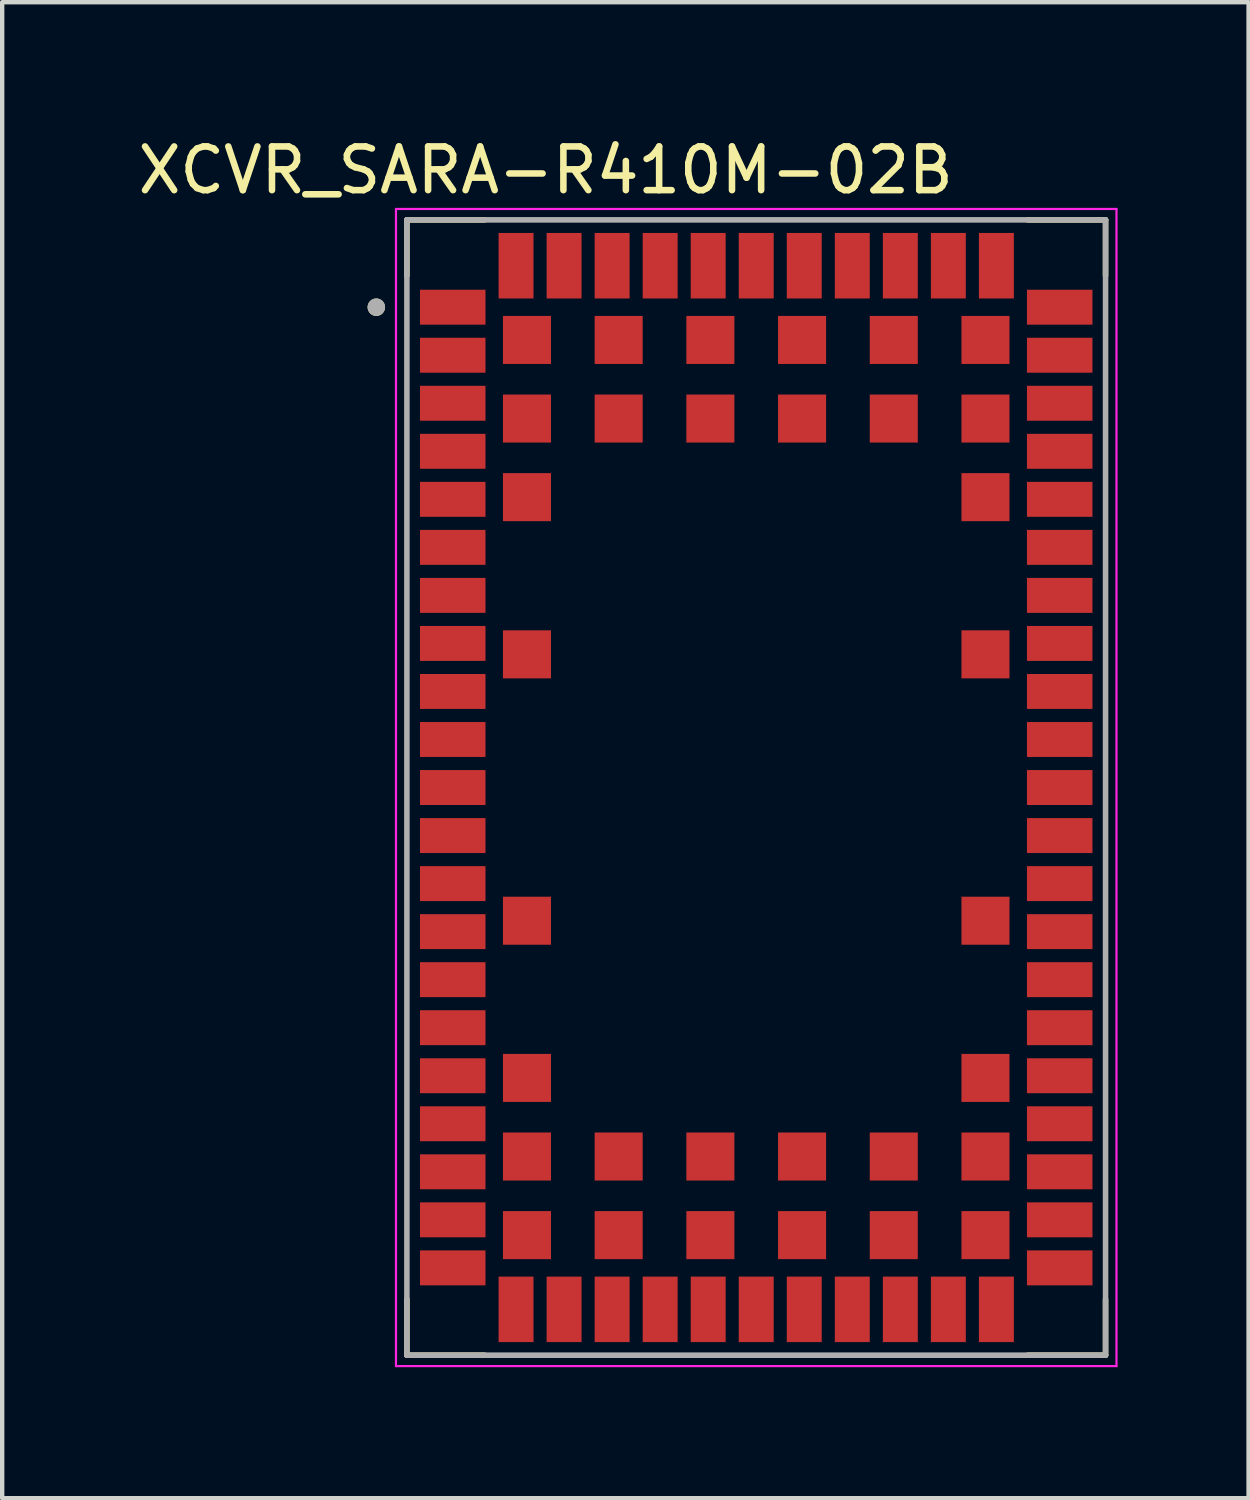
<source format=kicad_pcb>
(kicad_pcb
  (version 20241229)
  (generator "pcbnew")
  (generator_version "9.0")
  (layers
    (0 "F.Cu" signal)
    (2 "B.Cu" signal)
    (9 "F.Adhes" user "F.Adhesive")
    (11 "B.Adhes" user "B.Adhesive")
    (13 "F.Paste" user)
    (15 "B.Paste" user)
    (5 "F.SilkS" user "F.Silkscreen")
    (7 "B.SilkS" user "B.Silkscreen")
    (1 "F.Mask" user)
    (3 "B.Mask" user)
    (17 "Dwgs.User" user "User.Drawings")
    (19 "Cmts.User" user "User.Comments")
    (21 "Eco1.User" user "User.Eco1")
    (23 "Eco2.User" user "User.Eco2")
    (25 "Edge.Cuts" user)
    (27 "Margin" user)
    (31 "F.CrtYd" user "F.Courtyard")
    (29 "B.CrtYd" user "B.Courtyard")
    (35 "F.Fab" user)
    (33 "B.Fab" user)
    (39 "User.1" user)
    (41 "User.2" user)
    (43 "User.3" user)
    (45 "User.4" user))
  (footprint "XCVR_SARA-R410M-02B"
    (layer "F.Cu")
    (at 14.268 14.985)
    (property "Reference" "XCVR_SARA-R410M-02B" (at -4.821 -14.136 0) (layer "F.SilkS") (effects (font (size 1.001 1.001) (thickness 0.15))))
    (attr through_hole)
    (fp_poly (pts (xy -7.75 -11.45) (xy -6.15 -11.45) (xy -6.15 -10.55) (xy -7.75 -10.55)) (stroke (width 0.01) (type solid)) (fill yes) (layer "F.Mask"))
    (fp_poly (pts (xy -7.75 -10.35) (xy -6.15 -10.35) (xy -6.15 -9.45) (xy -7.75 -9.45)) (stroke (width 0.01) (type solid)) (fill yes) (layer "F.Mask"))
    (fp_poly (pts (xy -7.75 -9.25) (xy -6.15 -9.25) (xy -6.15 -8.35) (xy -7.75 -8.35)) (stroke (width 0.01) (type solid)) (fill yes) (layer "F.Mask"))
    (fp_poly (pts (xy -7.75 -8.15) (xy -6.15 -8.15) (xy -6.15 -7.25) (xy -7.75 -7.25)) (stroke (width 0.01) (type solid)) (fill yes) (layer "F.Mask"))
    (fp_poly (pts (xy -7.75 -7.05) (xy -6.15 -7.05) (xy -6.15 -6.15) (xy -7.75 -6.15)) (stroke (width 0.01) (type solid)) (fill yes) (layer "F.Mask"))
    (fp_poly (pts (xy -7.75 -5.95) (xy -6.15 -5.95) (xy -6.15 -5.05) (xy -7.75 -5.05)) (stroke (width 0.01) (type solid)) (fill yes) (layer "F.Mask"))
    (fp_poly (pts (xy -7.75 -4.85) (xy -6.15 -4.85) (xy -6.15 -3.95) (xy -7.75 -3.95)) (stroke (width 0.01) (type solid)) (fill yes) (layer "F.Mask"))
    (fp_poly (pts (xy -7.75 -3.75) (xy -6.15 -3.75) (xy -6.15 -2.85) (xy -7.75 -2.85)) (stroke (width 0.01) (type solid)) (fill yes) (layer "F.Mask"))
    (fp_poly (pts (xy -7.75 -2.65) (xy -6.15 -2.65) (xy -6.15 -1.75) (xy -7.75 -1.75)) (stroke (width 0.01) (type solid)) (fill yes) (layer "F.Mask"))
    (fp_poly (pts (xy -7.75 -1.55) (xy -6.15 -1.55) (xy -6.15 -0.65) (xy -7.75 -0.65)) (stroke (width 0.01) (type solid)) (fill yes) (layer "F.Mask"))
    (fp_poly (pts (xy -7.75 -0.45) (xy -6.15 -0.45) (xy -6.15 0.45) (xy -7.75 0.45)) (stroke (width 0.01) (type solid)) (fill yes) (layer "F.Mask"))
    (fp_poly (pts (xy -7.75 0.65) (xy -6.15 0.65) (xy -6.15 1.55) (xy -7.75 1.55)) (stroke (width 0.01) (type solid)) (fill yes) (layer "F.Mask"))
    (fp_poly (pts (xy -7.75 1.75) (xy -6.15 1.75) (xy -6.15 2.65) (xy -7.75 2.65)) (stroke (width 0.01) (type solid)) (fill yes) (layer "F.Mask"))
    (fp_poly (pts (xy -7.75 2.85) (xy -6.15 2.85) (xy -6.15 3.75) (xy -7.75 3.75)) (stroke (width 0.01) (type solid)) (fill yes) (layer "F.Mask"))
    (fp_poly (pts (xy -7.75 3.95) (xy -6.15 3.95) (xy -6.15 4.85) (xy -7.75 4.85)) (stroke (width 0.01) (type solid)) (fill yes) (layer "F.Mask"))
    (fp_poly (pts (xy -7.75 5.05) (xy -6.15 5.05) (xy -6.15 5.95) (xy -7.75 5.95)) (stroke (width 0.01) (type solid)) (fill yes) (layer "F.Mask"))
    (fp_poly (pts (xy -7.75 6.15) (xy -6.15 6.15) (xy -6.15 7.05) (xy -7.75 7.05)) (stroke (width 0.01) (type solid)) (fill yes) (layer "F.Mask"))
    (fp_poly (pts (xy -7.75 7.25) (xy -6.15 7.25) (xy -6.15 8.15) (xy -7.75 8.15)) (stroke (width 0.01) (type solid)) (fill yes) (layer "F.Mask"))
    (fp_poly (pts (xy -7.75 8.35) (xy -6.15 8.35) (xy -6.15 9.25) (xy -7.75 9.25)) (stroke (width 0.01) (type solid)) (fill yes) (layer "F.Mask"))
    (fp_poly (pts (xy -7.75 9.45) (xy -6.15 9.45) (xy -6.15 10.35) (xy -7.75 10.35)) (stroke (width 0.01) (type solid)) (fill yes) (layer "F.Mask"))
    (fp_poly (pts (xy -7.75 10.55) (xy -6.15 10.55) (xy -6.15 11.45) (xy -7.75 11.45)) (stroke (width 0.01) (type solid)) (fill yes) (layer "F.Mask"))
    (fp_poly (pts (xy -5.95 -12.75) (xy -5.05 -12.75) (xy -5.05 -11.15) (xy -5.95 -11.15)) (stroke (width 0.01) (type solid)) (fill yes) (layer "F.Mask"))
    (fp_poly (pts (xy -5.95 11.15) (xy -5.05 11.15) (xy -5.05 12.75) (xy -5.95 12.75)) (stroke (width 0.01) (type solid)) (fill yes) (layer "F.Mask"))
    (fp_poly (pts (xy -5.85 -10.85) (xy -4.65 -10.85) (xy -4.65 -9.65) (xy -5.85 -9.65)) (stroke (width 0.01) (type solid)) (fill yes) (layer "F.Mask"))
    (fp_poly (pts (xy -5.85 -9.05) (xy -4.65 -9.05) (xy -4.65 -7.85) (xy -5.85 -7.85)) (stroke (width 0.01) (type solid)) (fill yes) (layer "F.Mask"))
    (fp_poly (pts (xy -5.85 -7.25) (xy -4.65 -7.25) (xy -4.65 -6.05) (xy -5.85 -6.05)) (stroke (width 0.01) (type solid)) (fill yes) (layer "F.Mask"))
    (fp_poly (pts (xy -5.85 -3.65) (xy -4.65 -3.65) (xy -4.65 -2.45) (xy -5.85 -2.45)) (stroke (width 0.01) (type solid)) (fill yes) (layer "F.Mask"))
    (fp_poly (pts (xy -5.85 2.45) (xy -4.65 2.45) (xy -4.65 3.65) (xy -5.85 3.65)) (stroke (width 0.01) (type solid)) (fill yes) (layer "F.Mask"))
    (fp_poly (pts (xy -5.85 6.05) (xy -4.65 6.05) (xy -4.65 7.25) (xy -5.85 7.25)) (stroke (width 0.01) (type solid)) (fill yes) (layer "F.Mask"))
    (fp_poly (pts (xy -5.85 7.85) (xy -4.65 7.85) (xy -4.65 9.05) (xy -5.85 9.05)) (stroke (width 0.01) (type solid)) (fill yes) (layer "F.Mask"))
    (fp_poly (pts (xy -5.85 9.65) (xy -4.65 9.65) (xy -4.65 10.85) (xy -5.85 10.85)) (stroke (width 0.01) (type solid)) (fill yes) (layer "F.Mask"))
    (fp_poly (pts (xy -4.85 -12.75) (xy -3.95 -12.75) (xy -3.95 -11.15) (xy -4.85 -11.15)) (stroke (width 0.01) (type solid)) (fill yes) (layer "F.Mask"))
    (fp_poly (pts (xy -4.85 11.15) (xy -3.95 11.15) (xy -3.95 12.75) (xy -4.85 12.75)) (stroke (width 0.01) (type solid)) (fill yes) (layer "F.Mask"))
    (fp_poly (pts (xy -3.75 -12.75) (xy -2.85 -12.75) (xy -2.85 -11.15) (xy -3.75 -11.15)) (stroke (width 0.01) (type solid)) (fill yes) (layer "F.Mask"))
    (fp_poly (pts (xy -3.75 -10.85) (xy -2.55 -10.85) (xy -2.55 -9.65) (xy -3.75 -9.65)) (stroke (width 0.01) (type solid)) (fill yes) (layer "F.Mask"))
    (fp_poly (pts (xy -3.75 -9.05) (xy -2.55 -9.05) (xy -2.55 -7.85) (xy -3.75 -7.85)) (stroke (width 0.01) (type solid)) (fill yes) (layer "F.Mask"))
    (fp_poly (pts (xy -3.75 7.85) (xy -2.55 7.85) (xy -2.55 9.05) (xy -3.75 9.05)) (stroke (width 0.01) (type solid)) (fill yes) (layer "F.Mask"))
    (fp_poly (pts (xy -3.75 9.65) (xy -2.55 9.65) (xy -2.55 10.85) (xy -3.75 10.85)) (stroke (width 0.01) (type solid)) (fill yes) (layer "F.Mask"))
    (fp_poly (pts (xy -3.75 11.15) (xy -2.85 11.15) (xy -2.85 12.75) (xy -3.75 12.75)) (stroke (width 0.01) (type solid)) (fill yes) (layer "F.Mask"))
    (fp_poly (pts (xy -2.65 -12.75) (xy -1.75 -12.75) (xy -1.75 -11.15) (xy -2.65 -11.15)) (stroke (width 0.01) (type solid)) (fill yes) (layer "F.Mask"))
    (fp_poly (pts (xy -2.65 11.15) (xy -1.75 11.15) (xy -1.75 12.75) (xy -2.65 12.75)) (stroke (width 0.01) (type solid)) (fill yes) (layer "F.Mask"))
    (fp_poly (pts (xy -1.65 -10.85) (xy -0.45 -10.85) (xy -0.45 -9.65) (xy -1.65 -9.65)) (stroke (width 0.01) (type solid)) (fill yes) (layer "F.Mask"))
    (fp_poly (pts (xy -1.65 -9.05) (xy -0.45 -9.05) (xy -0.45 -7.85) (xy -1.65 -7.85)) (stroke (width 0.01) (type solid)) (fill yes) (layer "F.Mask"))
    (fp_poly (pts (xy -1.65 7.85) (xy -0.45 7.85) (xy -0.45 9.05) (xy -1.65 9.05)) (stroke (width 0.01) (type solid)) (fill yes) (layer "F.Mask"))
    (fp_poly (pts (xy -1.65 9.65) (xy -0.45 9.65) (xy -0.45 10.85) (xy -1.65 10.85)) (stroke (width 0.01) (type solid)) (fill yes) (layer "F.Mask"))
    (fp_poly (pts (xy -1.55 -12.75) (xy -0.65 -12.75) (xy -0.65 -11.15) (xy -1.55 -11.15)) (stroke (width 0.01) (type solid)) (fill yes) (layer "F.Mask"))
    (fp_poly (pts (xy -1.55 11.15) (xy -0.65 11.15) (xy -0.65 12.75) (xy -1.55 12.75)) (stroke (width 0.01) (type solid)) (fill yes) (layer "F.Mask"))
    (fp_poly (pts (xy -0.45 -12.75) (xy 0.45 -12.75) (xy 0.45 -11.15) (xy -0.45 -11.15)) (stroke (width 0.01) (type solid)) (fill yes) (layer "F.Mask"))
    (fp_poly (pts (xy -0.45 11.15) (xy 0.45 11.15) (xy 0.45 12.75) (xy -0.45 12.75)) (stroke (width 0.01) (type solid)) (fill yes) (layer "F.Mask"))
    (fp_poly (pts (xy 0.45 -10.85) (xy 1.65 -10.85) (xy 1.65 -9.65) (xy 0.45 -9.65)) (stroke (width 0.01) (type solid)) (fill yes) (layer "F.Mask"))
    (fp_poly (pts (xy 0.45 -9.05) (xy 1.65 -9.05) (xy 1.65 -7.85) (xy 0.45 -7.85)) (stroke (width 0.01) (type solid)) (fill yes) (layer "F.Mask"))
    (fp_poly (pts (xy 0.45 7.85) (xy 1.65 7.85) (xy 1.65 9.05) (xy 0.45 9.05)) (stroke (width 0.01) (type solid)) (fill yes) (layer "F.Mask"))
    (fp_poly (pts (xy 0.45 9.65) (xy 1.65 9.65) (xy 1.65 10.85) (xy 0.45 10.85)) (stroke (width 0.01) (type solid)) (fill yes) (layer "F.Mask"))
    (fp_poly (pts (xy 0.65 -12.75) (xy 1.55 -12.75) (xy 1.55 -11.15) (xy 0.65 -11.15)) (stroke (width 0.01) (type solid)) (fill yes) (layer "F.Mask"))
    (fp_poly (pts (xy 0.65 11.15) (xy 1.55 11.15) (xy 1.55 12.75) (xy 0.65 12.75)) (stroke (width 0.01) (type solid)) (fill yes) (layer "F.Mask"))
    (fp_poly (pts (xy 1.75 -12.75) (xy 2.65 -12.75) (xy 2.65 -11.15) (xy 1.75 -11.15)) (stroke (width 0.01) (type solid)) (fill yes) (layer "F.Mask"))
    (fp_poly (pts (xy 1.75 11.15) (xy 2.65 11.15) (xy 2.65 12.75) (xy 1.75 12.75)) (stroke (width 0.01) (type solid)) (fill yes) (layer "F.Mask"))
    (fp_poly (pts (xy 2.55 -10.85) (xy 3.75 -10.85) (xy 3.75 -9.65) (xy 2.55 -9.65)) (stroke (width 0.01) (type solid)) (fill yes) (layer "F.Mask"))
    (fp_poly (pts (xy 2.55 -9.05) (xy 3.75 -9.05) (xy 3.75 -7.85) (xy 2.55 -7.85)) (stroke (width 0.01) (type solid)) (fill yes) (layer "F.Mask"))
    (fp_poly (pts (xy 2.55 7.85) (xy 3.75 7.85) (xy 3.75 9.05) (xy 2.55 9.05)) (stroke (width 0.01) (type solid)) (fill yes) (layer "F.Mask"))
    (fp_poly (pts (xy 2.55 9.65) (xy 3.75 9.65) (xy 3.75 10.85) (xy 2.55 10.85)) (stroke (width 0.01) (type solid)) (fill yes) (layer "F.Mask"))
    (fp_poly (pts (xy 2.85 -12.75) (xy 3.75 -12.75) (xy 3.75 -11.15) (xy 2.85 -11.15)) (stroke (width 0.01) (type solid)) (fill yes) (layer "F.Mask"))
    (fp_poly (pts (xy 2.85 11.15) (xy 3.75 11.15) (xy 3.75 12.75) (xy 2.85 12.75)) (stroke (width 0.01) (type solid)) (fill yes) (layer "F.Mask"))
    (fp_poly (pts (xy 3.95 -12.75) (xy 4.85 -12.75) (xy 4.85 -11.15) (xy 3.95 -11.15)) (stroke (width 0.01) (type solid)) (fill yes) (layer "F.Mask"))
    (fp_poly (pts (xy 3.95 11.15) (xy 4.85 11.15) (xy 4.85 12.75) (xy 3.95 12.75)) (stroke (width 0.01) (type solid)) (fill yes) (layer "F.Mask"))
    (fp_poly (pts (xy 4.65 -10.85) (xy 5.85 -10.85) (xy 5.85 -9.65) (xy 4.65 -9.65)) (stroke (width 0.01) (type solid)) (fill yes) (layer "F.Mask"))
    (fp_poly (pts (xy 4.65 -9.05) (xy 5.85 -9.05) (xy 5.85 -7.85) (xy 4.65 -7.85)) (stroke (width 0.01) (type solid)) (fill yes) (layer "F.Mask"))
    (fp_poly (pts (xy 4.65 -7.25) (xy 5.85 -7.25) (xy 5.85 -6.05) (xy 4.65 -6.05)) (stroke (width 0.01) (type solid)) (fill yes) (layer "F.Mask"))
    (fp_poly (pts (xy 4.65 -3.65) (xy 5.85 -3.65) (xy 5.85 -2.45) (xy 4.65 -2.45)) (stroke (width 0.01) (type solid)) (fill yes) (layer "F.Mask"))
    (fp_poly (pts (xy 4.65 2.45) (xy 5.85 2.45) (xy 5.85 3.65) (xy 4.65 3.65)) (stroke (width 0.01) (type solid)) (fill yes) (layer "F.Mask"))
    (fp_poly (pts (xy 4.65 6.05) (xy 5.85 6.05) (xy 5.85 7.25) (xy 4.65 7.25)) (stroke (width 0.01) (type solid)) (fill yes) (layer "F.Mask"))
    (fp_poly (pts (xy 4.65 7.85) (xy 5.85 7.85) (xy 5.85 9.05) (xy 4.65 9.05)) (stroke (width 0.01) (type solid)) (fill yes) (layer "F.Mask"))
    (fp_poly (pts (xy 4.65 9.65) (xy 5.85 9.65) (xy 5.85 10.85) (xy 4.65 10.85)) (stroke (width 0.01) (type solid)) (fill yes) (layer "F.Mask"))
    (fp_poly (pts (xy 5.05 -12.75) (xy 5.95 -12.75) (xy 5.95 -11.15) (xy 5.05 -11.15)) (stroke (width 0.01) (type solid)) (fill yes) (layer "F.Mask"))
    (fp_poly (pts (xy 5.05 11.15) (xy 5.95 11.15) (xy 5.95 12.75) (xy 5.05 12.75)) (stroke (width 0.01) (type solid)) (fill yes) (layer "F.Mask"))
    (fp_poly (pts (xy 6.15 -11.45) (xy 7.75 -11.45) (xy 7.75 -10.55) (xy 6.15 -10.55)) (stroke (width 0.01) (type solid)) (fill yes) (layer "F.Mask"))
    (fp_poly (pts (xy 6.15 -10.35) (xy 7.75 -10.35) (xy 7.75 -9.45) (xy 6.15 -9.45)) (stroke (width 0.01) (type solid)) (fill yes) (layer "F.Mask"))
    (fp_poly (pts (xy 6.15 -9.25) (xy 7.75 -9.25) (xy 7.75 -8.35) (xy 6.15 -8.35)) (stroke (width 0.01) (type solid)) (fill yes) (layer "F.Mask"))
    (fp_poly (pts (xy 6.15 -8.15) (xy 7.75 -8.15) (xy 7.75 -7.25) (xy 6.15 -7.25)) (stroke (width 0.01) (type solid)) (fill yes) (layer "F.Mask"))
    (fp_poly (pts (xy 6.15 -7.05) (xy 7.75 -7.05) (xy 7.75 -6.15) (xy 6.15 -6.15)) (stroke (width 0.01) (type solid)) (fill yes) (layer "F.Mask"))
    (fp_poly (pts (xy 6.15 -5.95) (xy 7.75 -5.95) (xy 7.75 -5.05) (xy 6.15 -5.05)) (stroke (width 0.01) (type solid)) (fill yes) (layer "F.Mask"))
    (fp_poly (pts (xy 6.15 -4.85) (xy 7.75 -4.85) (xy 7.75 -3.95) (xy 6.15 -3.95)) (stroke (width 0.01) (type solid)) (fill yes) (layer "F.Mask"))
    (fp_poly (pts (xy 6.15 -3.75) (xy 7.75 -3.75) (xy 7.75 -2.85) (xy 6.15 -2.85)) (stroke (width 0.01) (type solid)) (fill yes) (layer "F.Mask"))
    (fp_poly (pts (xy 6.15 -2.65) (xy 7.75 -2.65) (xy 7.75 -1.75) (xy 6.15 -1.75)) (stroke (width 0.01) (type solid)) (fill yes) (layer "F.Mask"))
    (fp_poly (pts (xy 6.15 -1.55) (xy 7.75 -1.55) (xy 7.75 -0.65) (xy 6.15 -0.65)) (stroke (width 0.01) (type solid)) (fill yes) (layer "F.Mask"))
    (fp_poly (pts (xy 6.15 -0.45) (xy 7.75 -0.45) (xy 7.75 0.45) (xy 6.15 0.45)) (stroke (width 0.01) (type solid)) (fill yes) (layer "F.Mask"))
    (fp_poly (pts (xy 6.15 0.65) (xy 7.75 0.65) (xy 7.75 1.55) (xy 6.15 1.55)) (stroke (width 0.01) (type solid)) (fill yes) (layer "F.Mask"))
    (fp_poly (pts (xy 6.15 1.75) (xy 7.75 1.75) (xy 7.75 2.65) (xy 6.15 2.65)) (stroke (width 0.01) (type solid)) (fill yes) (layer "F.Mask"))
    (fp_poly (pts (xy 6.15 2.85) (xy 7.75 2.85) (xy 7.75 3.75) (xy 6.15 3.75)) (stroke (width 0.01) (type solid)) (fill yes) (layer "F.Mask"))
    (fp_poly (pts (xy 6.15 3.95) (xy 7.75 3.95) (xy 7.75 4.85) (xy 6.15 4.85)) (stroke (width 0.01) (type solid)) (fill yes) (layer "F.Mask"))
    (fp_poly (pts (xy 6.15 5.05) (xy 7.75 5.05) (xy 7.75 5.95) (xy 6.15 5.95)) (stroke (width 0.01) (type solid)) (fill yes) (layer "F.Mask"))
    (fp_poly (pts (xy 6.15 6.15) (xy 7.75 6.15) (xy 7.75 7.05) (xy 6.15 7.05)) (stroke (width 0.01) (type solid)) (fill yes) (layer "F.Mask"))
    (fp_poly (pts (xy 6.15 7.25) (xy 7.75 7.25) (xy 7.75 8.15) (xy 6.15 8.15)) (stroke (width 0.01) (type solid)) (fill yes) (layer "F.Mask"))
    (fp_poly (pts (xy 6.15 8.35) (xy 7.75 8.35) (xy 7.75 9.25) (xy 6.15 9.25)) (stroke (width 0.01) (type solid)) (fill yes) (layer "F.Mask"))
    (fp_poly (pts (xy 6.15 9.45) (xy 7.75 9.45) (xy 7.75 10.35) (xy 6.15 10.35)) (stroke (width 0.01) (type solid)) (fill yes) (layer "F.Mask"))
    (fp_poly (pts (xy 6.15 10.55) (xy 7.75 10.55) (xy 7.75 11.45) (xy 6.15 11.45)) (stroke (width 0.01) (type solid)) (fill yes) (layer "F.Mask"))
    (fp_line (start -8 -13) (end -6.22 -13) (stroke (width 0.127) (type solid)) (layer "F.SilkS"))
    (fp_line (start -8 -11.72) (end -8 -13) (stroke (width 0.127) (type solid)) (layer "F.SilkS"))
    (fp_line (start -8 13) (end -8 11.72) (stroke (width 0.127) (type solid)) (layer "F.SilkS"))
    (fp_line (start -8 13) (end -6.22 13) (stroke (width 0.127) (type solid)) (layer "F.SilkS"))
    (fp_line (start 8 -13) (end 6.22 -13) (stroke (width 0.127) (type solid)) (layer "F.SilkS"))
    (fp_line (start 8 -11.72) (end 8 -13) (stroke (width 0.127) (type solid)) (layer "F.SilkS"))
    (fp_line (start 8 13) (end 6.22 13) (stroke (width 0.127) (type solid)) (layer "F.SilkS"))
    (fp_line (start 8 13) (end 8 11.72) (stroke (width 0.127) (type solid)) (layer "F.SilkS"))
    (fp_circle (center -8.7 -11) (end -8.6 -11) (stroke (width 0.2) (type solid)) (fill no) (layer "F.SilkS"))
    (fp_poly (pts (xy -7.775 -11.375) (xy -6.225 -11.375) (xy -6.225 -10.625) (xy -7.775 -10.625)) (stroke (width 0.01) (type solid)) (fill yes) (layer "F.Paste"))
    (fp_poly (pts (xy -7.775 -10.275) (xy -6.225 -10.275) (xy -6.225 -9.525) (xy -7.775 -9.525)) (stroke (width 0.01) (type solid)) (fill yes) (layer "F.Paste"))
    (fp_poly (pts (xy -7.775 -9.175) (xy -6.225 -9.175) (xy -6.225 -8.425) (xy -7.775 -8.425)) (stroke (width 0.01) (type solid)) (fill yes) (layer "F.Paste"))
    (fp_poly (pts (xy -7.775 -8.075) (xy -6.225 -8.075) (xy -6.225 -7.325) (xy -7.775 -7.325)) (stroke (width 0.01) (type solid)) (fill yes) (layer "F.Paste"))
    (fp_poly (pts (xy -7.775 -6.975) (xy -6.225 -6.975) (xy -6.225 -6.225) (xy -7.775 -6.225)) (stroke (width 0.01) (type solid)) (fill yes) (layer "F.Paste"))
    (fp_poly (pts (xy -7.775 -5.875) (xy -6.225 -5.875) (xy -6.225 -5.125) (xy -7.775 -5.125)) (stroke (width 0.01) (type solid)) (fill yes) (layer "F.Paste"))
    (fp_poly (pts (xy -7.775 -4.775) (xy -6.225 -4.775) (xy -6.225 -4.025) (xy -7.775 -4.025)) (stroke (width 0.01) (type solid)) (fill yes) (layer "F.Paste"))
    (fp_poly (pts (xy -7.775 -3.675) (xy -6.225 -3.675) (xy -6.225 -2.925) (xy -7.775 -2.925)) (stroke (width 0.01) (type solid)) (fill yes) (layer "F.Paste"))
    (fp_poly (pts (xy -7.775 -2.575) (xy -6.225 -2.575) (xy -6.225 -1.825) (xy -7.775 -1.825)) (stroke (width 0.01) (type solid)) (fill yes) (layer "F.Paste"))
    (fp_poly (pts (xy -7.775 -1.475) (xy -6.225 -1.475) (xy -6.225 -0.725) (xy -7.775 -0.725)) (stroke (width 0.01) (type solid)) (fill yes) (layer "F.Paste"))
    (fp_poly (pts (xy -7.775 -0.375) (xy -6.225 -0.375) (xy -6.225 0.375) (xy -7.775 0.375)) (stroke (width 0.01) (type solid)) (fill yes) (layer "F.Paste"))
    (fp_poly (pts (xy -7.775 0.725) (xy -6.225 0.725) (xy -6.225 1.475) (xy -7.775 1.475)) (stroke (width 0.01) (type solid)) (fill yes) (layer "F.Paste"))
    (fp_poly (pts (xy -7.775 1.825) (xy -6.225 1.825) (xy -6.225 2.575) (xy -7.775 2.575)) (stroke (width 0.01) (type solid)) (fill yes) (layer "F.Paste"))
    (fp_poly (pts (xy -7.775 2.925) (xy -6.225 2.925) (xy -6.225 3.675) (xy -7.775 3.675)) (stroke (width 0.01) (type solid)) (fill yes) (layer "F.Paste"))
    (fp_poly (pts (xy -7.775 4.025) (xy -6.225 4.025) (xy -6.225 4.775) (xy -7.775 4.775)) (stroke (width 0.01) (type solid)) (fill yes) (layer "F.Paste"))
    (fp_poly (pts (xy -7.775 5.125) (xy -6.225 5.125) (xy -6.225 5.875) (xy -7.775 5.875)) (stroke (width 0.01) (type solid)) (fill yes) (layer "F.Paste"))
    (fp_poly (pts (xy -7.775 6.225) (xy -6.225 6.225) (xy -6.225 6.975) (xy -7.775 6.975)) (stroke (width 0.01) (type solid)) (fill yes) (layer "F.Paste"))
    (fp_poly (pts (xy -7.775 7.325) (xy -6.225 7.325) (xy -6.225 8.075) (xy -7.775 8.075)) (stroke (width 0.01) (type solid)) (fill yes) (layer "F.Paste"))
    (fp_poly (pts (xy -7.775 8.425) (xy -6.225 8.425) (xy -6.225 9.175) (xy -7.775 9.175)) (stroke (width 0.01) (type solid)) (fill yes) (layer "F.Paste"))
    (fp_poly (pts (xy -7.775 9.525) (xy -6.225 9.525) (xy -6.225 10.275) (xy -7.775 10.275)) (stroke (width 0.01) (type solid)) (fill yes) (layer "F.Paste"))
    (fp_poly (pts (xy -7.775 10.625) (xy -6.225 10.625) (xy -6.225 11.375) (xy -7.775 11.375)) (stroke (width 0.01) (type solid)) (fill yes) (layer "F.Paste"))
    (fp_poly (pts (xy -5.875 -12.775) (xy -5.125 -12.775) (xy -5.125 -11.225) (xy -5.875 -11.225)) (stroke (width 0.01) (type solid)) (fill yes) (layer "F.Paste"))
    (fp_poly (pts (xy -5.875 11.225) (xy -5.125 11.225) (xy -5.125 12.775) (xy -5.875 12.775)) (stroke (width 0.01) (type solid)) (fill yes) (layer "F.Paste"))
    (fp_poly (pts (xy -5.775 -10.775) (xy -4.725 -10.775) (xy -4.725 -9.725) (xy -5.775 -9.725)) (stroke (width 0.01) (type solid)) (fill yes) (layer "F.Paste"))
    (fp_poly (pts (xy -5.775 -8.975) (xy -4.725 -8.975) (xy -4.725 -7.925) (xy -5.775 -7.925)) (stroke (width 0.01) (type solid)) (fill yes) (layer "F.Paste"))
    (fp_poly (pts (xy -5.775 -7.175) (xy -4.725 -7.175) (xy -4.725 -6.125) (xy -5.775 -6.125)) (stroke (width 0.01) (type solid)) (fill yes) (layer "F.Paste"))
    (fp_poly (pts (xy -5.775 -3.575) (xy -4.725 -3.575) (xy -4.725 -2.525) (xy -5.775 -2.525)) (stroke (width 0.01) (type solid)) (fill yes) (layer "F.Paste"))
    (fp_poly (pts (xy -5.775 2.525) (xy -4.725 2.525) (xy -4.725 3.575) (xy -5.775 3.575)) (stroke (width 0.01) (type solid)) (fill yes) (layer "F.Paste"))
    (fp_poly (pts (xy -5.775 6.125) (xy -4.725 6.125) (xy -4.725 7.175) (xy -5.775 7.175)) (stroke (width 0.01) (type solid)) (fill yes) (layer "F.Paste"))
    (fp_poly (pts (xy -5.775 7.925) (xy -4.725 7.925) (xy -4.725 8.975) (xy -5.775 8.975)) (stroke (width 0.01) (type solid)) (fill yes) (layer "F.Paste"))
    (fp_poly (pts (xy -5.775 9.725) (xy -4.725 9.725) (xy -4.725 10.775) (xy -5.775 10.775)) (stroke (width 0.01) (type solid)) (fill yes) (layer "F.Paste"))
    (fp_poly (pts (xy -4.775 -12.775) (xy -4.025 -12.775) (xy -4.025 -11.225) (xy -4.775 -11.225)) (stroke (width 0.01) (type solid)) (fill yes) (layer "F.Paste"))
    (fp_poly (pts (xy -4.775 11.225) (xy -4.025 11.225) (xy -4.025 12.775) (xy -4.775 12.775)) (stroke (width 0.01) (type solid)) (fill yes) (layer "F.Paste"))
    (fp_poly (pts (xy -3.675 -12.775) (xy -2.925 -12.775) (xy -2.925 -11.225) (xy -3.675 -11.225)) (stroke (width 0.01) (type solid)) (fill yes) (layer "F.Paste"))
    (fp_poly (pts (xy -3.675 -10.775) (xy -2.625 -10.775) (xy -2.625 -9.725) (xy -3.675 -9.725)) (stroke (width 0.01) (type solid)) (fill yes) (layer "F.Paste"))
    (fp_poly (pts (xy -3.675 -8.975) (xy -2.625 -8.975) (xy -2.625 -7.925) (xy -3.675 -7.925)) (stroke (width 0.01) (type solid)) (fill yes) (layer "F.Paste"))
    (fp_poly (pts (xy -3.675 7.925) (xy -2.625 7.925) (xy -2.625 8.975) (xy -3.675 8.975)) (stroke (width 0.01) (type solid)) (fill yes) (layer "F.Paste"))
    (fp_poly (pts (xy -3.675 9.725) (xy -2.625 9.725) (xy -2.625 10.775) (xy -3.675 10.775)) (stroke (width 0.01) (type solid)) (fill yes) (layer "F.Paste"))
    (fp_poly (pts (xy -3.675 11.225) (xy -2.925 11.225) (xy -2.925 12.775) (xy -3.675 12.775)) (stroke (width 0.01) (type solid)) (fill yes) (layer "F.Paste"))
    (fp_poly (pts (xy -2.575 -12.775) (xy -1.825 -12.775) (xy -1.825 -11.225) (xy -2.575 -11.225)) (stroke (width 0.01) (type solid)) (fill yes) (layer "F.Paste"))
    (fp_poly (pts (xy -2.575 11.225) (xy -1.825 11.225) (xy -1.825 12.775) (xy -2.575 12.775)) (stroke (width 0.01) (type solid)) (fill yes) (layer "F.Paste"))
    (fp_poly (pts (xy -1.575 -10.775) (xy -0.525 -10.775) (xy -0.525 -9.725) (xy -1.575 -9.725)) (stroke (width 0.01) (type solid)) (fill yes) (layer "F.Paste"))
    (fp_poly (pts (xy -1.575 -8.975) (xy -0.525 -8.975) (xy -0.525 -7.925) (xy -1.575 -7.925)) (stroke (width 0.01) (type solid)) (fill yes) (layer "F.Paste"))
    (fp_poly (pts (xy -1.575 7.925) (xy -0.525 7.925) (xy -0.525 8.975) (xy -1.575 8.975)) (stroke (width 0.01) (type solid)) (fill yes) (layer "F.Paste"))
    (fp_poly (pts (xy -1.575 9.725) (xy -0.525 9.725) (xy -0.525 10.775) (xy -1.575 10.775)) (stroke (width 0.01) (type solid)) (fill yes) (layer "F.Paste"))
    (fp_poly (pts (xy -1.475 -12.775) (xy -0.725 -12.775) (xy -0.725 -11.225) (xy -1.475 -11.225)) (stroke (width 0.01) (type solid)) (fill yes) (layer "F.Paste"))
    (fp_poly (pts (xy -1.475 11.225) (xy -0.725 11.225) (xy -0.725 12.775) (xy -1.475 12.775)) (stroke (width 0.01) (type solid)) (fill yes) (layer "F.Paste"))
    (fp_poly (pts (xy -0.375 -12.775) (xy 0.375 -12.775) (xy 0.375 -11.225) (xy -0.375 -11.225)) (stroke (width 0.01) (type solid)) (fill yes) (layer "F.Paste"))
    (fp_poly (pts (xy -0.375 11.225) (xy 0.375 11.225) (xy 0.375 12.775) (xy -0.375 12.775)) (stroke (width 0.01) (type solid)) (fill yes) (layer "F.Paste"))
    (fp_poly (pts (xy 0.525 -10.775) (xy 1.575 -10.775) (xy 1.575 -9.725) (xy 0.525 -9.725)) (stroke (width 0.01) (type solid)) (fill yes) (layer "F.Paste"))
    (fp_poly (pts (xy 0.525 -8.975) (xy 1.575 -8.975) (xy 1.575 -7.925) (xy 0.525 -7.925)) (stroke (width 0.01) (type solid)) (fill yes) (layer "F.Paste"))
    (fp_poly (pts (xy 0.525 7.925) (xy 1.575 7.925) (xy 1.575 8.975) (xy 0.525 8.975)) (stroke (width 0.01) (type solid)) (fill yes) (layer "F.Paste"))
    (fp_poly (pts (xy 0.525 9.725) (xy 1.575 9.725) (xy 1.575 10.775) (xy 0.525 10.775)) (stroke (width 0.01) (type solid)) (fill yes) (layer "F.Paste"))
    (fp_poly (pts (xy 0.725 -12.775) (xy 1.475 -12.775) (xy 1.475 -11.225) (xy 0.725 -11.225)) (stroke (width 0.01) (type solid)) (fill yes) (layer "F.Paste"))
    (fp_poly (pts (xy 0.725 11.225) (xy 1.475 11.225) (xy 1.475 12.775) (xy 0.725 12.775)) (stroke (width 0.01) (type solid)) (fill yes) (layer "F.Paste"))
    (fp_poly (pts (xy 1.825 -12.775) (xy 2.575 -12.775) (xy 2.575 -11.225) (xy 1.825 -11.225)) (stroke (width 0.01) (type solid)) (fill yes) (layer "F.Paste"))
    (fp_poly (pts (xy 1.825 11.225) (xy 2.575 11.225) (xy 2.575 12.775) (xy 1.825 12.775)) (stroke (width 0.01) (type solid)) (fill yes) (layer "F.Paste"))
    (fp_poly (pts (xy 2.625 -10.775) (xy 3.675 -10.775) (xy 3.675 -9.725) (xy 2.625 -9.725)) (stroke (width 0.01) (type solid)) (fill yes) (layer "F.Paste"))
    (fp_poly (pts (xy 2.625 -8.975) (xy 3.675 -8.975) (xy 3.675 -7.925) (xy 2.625 -7.925)) (stroke (width 0.01) (type solid)) (fill yes) (layer "F.Paste"))
    (fp_poly (pts (xy 2.625 7.925) (xy 3.675 7.925) (xy 3.675 8.975) (xy 2.625 8.975)) (stroke (width 0.01) (type solid)) (fill yes) (layer "F.Paste"))
    (fp_poly (pts (xy 2.625 9.725) (xy 3.675 9.725) (xy 3.675 10.775) (xy 2.625 10.775)) (stroke (width 0.01) (type solid)) (fill yes) (layer "F.Paste"))
    (fp_poly (pts (xy 2.925 -12.775) (xy 3.675 -12.775) (xy 3.675 -11.225) (xy 2.925 -11.225)) (stroke (width 0.01) (type solid)) (fill yes) (layer "F.Paste"))
    (fp_poly (pts (xy 2.925 11.225) (xy 3.675 11.225) (xy 3.675 12.775) (xy 2.925 12.775)) (stroke (width 0.01) (type solid)) (fill yes) (layer "F.Paste"))
    (fp_poly (pts (xy 4.025 -12.775) (xy 4.775 -12.775) (xy 4.775 -11.225) (xy 4.025 -11.225)) (stroke (width 0.01) (type solid)) (fill yes) (layer "F.Paste"))
    (fp_poly (pts (xy 4.025 11.225) (xy 4.775 11.225) (xy 4.775 12.775) (xy 4.025 12.775)) (stroke (width 0.01) (type solid)) (fill yes) (layer "F.Paste"))
    (fp_poly (pts (xy 4.725 -10.775) (xy 5.775 -10.775) (xy 5.775 -9.725) (xy 4.725 -9.725)) (stroke (width 0.01) (type solid)) (fill yes) (layer "F.Paste"))
    (fp_poly (pts (xy 4.725 -8.975) (xy 5.775 -8.975) (xy 5.775 -7.925) (xy 4.725 -7.925)) (stroke (width 0.01) (type solid)) (fill yes) (layer "F.Paste"))
    (fp_poly (pts (xy 4.725 -7.175) (xy 5.775 -7.175) (xy 5.775 -6.125) (xy 4.725 -6.125)) (stroke (width 0.01) (type solid)) (fill yes) (layer "F.Paste"))
    (fp_poly (pts (xy 4.725 -3.575) (xy 5.775 -3.575) (xy 5.775 -2.525) (xy 4.725 -2.525)) (stroke (width 0.01) (type solid)) (fill yes) (layer "F.Paste"))
    (fp_poly (pts (xy 4.725 2.525) (xy 5.775 2.525) (xy 5.775 3.575) (xy 4.725 3.575)) (stroke (width 0.01) (type solid)) (fill yes) (layer "F.Paste"))
    (fp_poly (pts (xy 4.725 6.125) (xy 5.775 6.125) (xy 5.775 7.175) (xy 4.725 7.175)) (stroke (width 0.01) (type solid)) (fill yes) (layer "F.Paste"))
    (fp_poly (pts (xy 4.725 7.925) (xy 5.775 7.925) (xy 5.775 8.975) (xy 4.725 8.975)) (stroke (width 0.01) (type solid)) (fill yes) (layer "F.Paste"))
    (fp_poly (pts (xy 4.725 9.725) (xy 5.775 9.725) (xy 5.775 10.775) (xy 4.725 10.775)) (stroke (width 0.01) (type solid)) (fill yes) (layer "F.Paste"))
    (fp_poly (pts (xy 5.125 -12.775) (xy 5.875 -12.775) (xy 5.875 -11.225) (xy 5.125 -11.225)) (stroke (width 0.01) (type solid)) (fill yes) (layer "F.Paste"))
    (fp_poly (pts (xy 5.125 11.225) (xy 5.875 11.225) (xy 5.875 12.775) (xy 5.125 12.775)) (stroke (width 0.01) (type solid)) (fill yes) (layer "F.Paste"))
    (fp_poly (pts (xy 6.225 -11.375) (xy 7.775 -11.375) (xy 7.775 -10.625) (xy 6.225 -10.625)) (stroke (width 0.01) (type solid)) (fill yes) (layer "F.Paste"))
    (fp_poly (pts (xy 6.225 -10.275) (xy 7.775 -10.275) (xy 7.775 -9.525) (xy 6.225 -9.525)) (stroke (width 0.01) (type solid)) (fill yes) (layer "F.Paste"))
    (fp_poly (pts (xy 6.225 -9.175) (xy 7.775 -9.175) (xy 7.775 -8.425) (xy 6.225 -8.425)) (stroke (width 0.01) (type solid)) (fill yes) (layer "F.Paste"))
    (fp_poly (pts (xy 6.225 -8.075) (xy 7.775 -8.075) (xy 7.775 -7.325) (xy 6.225 -7.325)) (stroke (width 0.01) (type solid)) (fill yes) (layer "F.Paste"))
    (fp_poly (pts (xy 6.225 -6.975) (xy 7.775 -6.975) (xy 7.775 -6.225) (xy 6.225 -6.225)) (stroke (width 0.01) (type solid)) (fill yes) (layer "F.Paste"))
    (fp_poly (pts (xy 6.225 -5.875) (xy 7.775 -5.875) (xy 7.775 -5.125) (xy 6.225 -5.125)) (stroke (width 0.01) (type solid)) (fill yes) (layer "F.Paste"))
    (fp_poly (pts (xy 6.225 -4.775) (xy 7.775 -4.775) (xy 7.775 -4.025) (xy 6.225 -4.025)) (stroke (width 0.01) (type solid)) (fill yes) (layer "F.Paste"))
    (fp_poly (pts (xy 6.225 -3.675) (xy 7.775 -3.675) (xy 7.775 -2.925) (xy 6.225 -2.925)) (stroke (width 0.01) (type solid)) (fill yes) (layer "F.Paste"))
    (fp_poly (pts (xy 6.225 -2.575) (xy 7.775 -2.575) (xy 7.775 -1.825) (xy 6.225 -1.825)) (stroke (width 0.01) (type solid)) (fill yes) (layer "F.Paste"))
    (fp_poly (pts (xy 6.225 -1.475) (xy 7.775 -1.475) (xy 7.775 -0.725) (xy 6.225 -0.725)) (stroke (width 0.01) (type solid)) (fill yes) (layer "F.Paste"))
    (fp_poly (pts (xy 6.225 -0.375) (xy 7.775 -0.375) (xy 7.775 0.375) (xy 6.225 0.375)) (stroke (width 0.01) (type solid)) (fill yes) (layer "F.Paste"))
    (fp_poly (pts (xy 6.225 0.725) (xy 7.775 0.725) (xy 7.775 1.475) (xy 6.225 1.475)) (stroke (width 0.01) (type solid)) (fill yes) (layer "F.Paste"))
    (fp_poly (pts (xy 6.225 1.825) (xy 7.775 1.825) (xy 7.775 2.575) (xy 6.225 2.575)) (stroke (width 0.01) (type solid)) (fill yes) (layer "F.Paste"))
    (fp_poly (pts (xy 6.225 2.925) (xy 7.775 2.925) (xy 7.775 3.675) (xy 6.225 3.675)) (stroke (width 0.01) (type solid)) (fill yes) (layer "F.Paste"))
    (fp_poly (pts (xy 6.225 4.025) (xy 7.775 4.025) (xy 7.775 4.775) (xy 6.225 4.775)) (stroke (width 0.01) (type solid)) (fill yes) (layer "F.Paste"))
    (fp_poly (pts (xy 6.225 5.125) (xy 7.775 5.125) (xy 7.775 5.875) (xy 6.225 5.875)) (stroke (width 0.01) (type solid)) (fill yes) (layer "F.Paste"))
    (fp_poly (pts (xy 6.225 6.225) (xy 7.775 6.225) (xy 7.775 6.975) (xy 6.225 6.975)) (stroke (width 0.01) (type solid)) (fill yes) (layer "F.Paste"))
    (fp_poly (pts (xy 6.225 7.325) (xy 7.775 7.325) (xy 7.775 8.075) (xy 6.225 8.075)) (stroke (width 0.01) (type solid)) (fill yes) (layer "F.Paste"))
    (fp_poly (pts (xy 6.225 8.425) (xy 7.775 8.425) (xy 7.775 9.175) (xy 6.225 9.175)) (stroke (width 0.01) (type solid)) (fill yes) (layer "F.Paste"))
    (fp_poly (pts (xy 6.225 9.525) (xy 7.775 9.525) (xy 7.775 10.275) (xy 6.225 10.275)) (stroke (width 0.01) (type solid)) (fill yes) (layer "F.Paste"))
    (fp_poly (pts (xy 6.225 10.625) (xy 7.775 10.625) (xy 7.775 11.375) (xy 6.225 11.375)) (stroke (width 0.01) (type solid)) (fill yes) (layer "F.Paste"))
    (fp_line (start -8.25 -13.25) (end 8.25 -13.25) (stroke (width 0.05) (type solid)) (layer "F.CrtYd"))
    (fp_line (start -8.25 13.25) (end -8.25 -13.25) (stroke (width 0.05) (type solid)) (layer "F.CrtYd"))
    (fp_line (start 8.25 -13.25) (end 8.25 13.25) (stroke (width 0.05) (type solid)) (layer "F.CrtYd"))
    (fp_line (start 8.25 13.25) (end -8.25 13.25) (stroke (width 0.05) (type solid)) (layer "F.CrtYd"))
    (fp_line (start -8 -13) (end 8 -13) (stroke (width 0.127) (type solid)) (layer "F.Fab"))
    (fp_line (start -8 13) (end -8 -13) (stroke (width 0.127) (type solid)) (layer "F.Fab"))
    (fp_line (start 8 -13) (end 8 13) (stroke (width 0.127) (type solid)) (layer "F.Fab"))
    (fp_line (start 8 13) (end -8 13) (stroke (width 0.127) (type solid)) (layer "F.Fab"))
    (fp_circle (center -8.7 -11) (end -8.6 -11) (stroke (width 0.2) (type solid)) (fill no) (layer "F.Fab"))
    (pad "1" smd rect (at -6.95 -11) (size 1.5 0.8) (layers "F.Cu"))
    (pad "2" smd rect (at -6.95 -9.9) (size 1.5 0.8) (layers "F.Cu"))
    (pad "3" smd rect (at -6.95 -8.8) (size 1.5 0.8) (layers "F.Cu"))
    (pad "4" smd rect (at -6.95 -7.7) (size 1.5 0.8) (layers "F.Cu"))
    (pad "5" smd rect (at -6.95 -6.6) (size 1.5 0.8) (layers "F.Cu"))
    (pad "6" smd rect (at -6.95 -5.5) (size 1.5 0.8) (layers "F.Cu"))
    (pad "7" smd rect (at -6.95 -4.4) (size 1.5 0.8) (layers "F.Cu"))
    (pad "8" smd rect (at -6.95 -3.3) (size 1.5 0.8) (layers "F.Cu"))
    (pad "9" smd rect (at -6.95 -2.2) (size 1.5 0.8) (layers "F.Cu"))
    (pad "10" smd rect (at -6.95 -1.1) (size 1.5 0.8) (layers "F.Cu"))
    (pad "11" smd rect (at -6.95 0) (size 1.5 0.8) (layers "F.Cu"))
    (pad "12" smd rect (at -6.95 1.1) (size 1.5 0.8) (layers "F.Cu"))
    (pad "13" smd rect (at -6.95 2.2) (size 1.5 0.8) (layers "F.Cu"))
    (pad "14" smd rect (at -6.95 3.3) (size 1.5 0.8) (layers "F.Cu"))
    (pad "15" smd rect (at -6.95 4.4) (size 1.5 0.8) (layers "F.Cu"))
    (pad "16" smd rect (at -6.95 5.5) (size 1.5 0.8) (layers "F.Cu"))
    (pad "17" smd rect (at -6.95 6.6) (size 1.5 0.8) (layers "F.Cu"))
    (pad "18" smd rect (at -6.95 7.7) (size 1.5 0.8) (layers "F.Cu"))
    (pad "19" smd rect (at -6.95 8.8) (size 1.5 0.8) (layers "F.Cu"))
    (pad "20" smd rect (at -6.95 9.9) (size 1.5 0.8) (layers "F.Cu"))
    (pad "21" smd rect (at -6.95 11) (size 1.5 0.8) (layers "F.Cu"))
    (pad "22" smd rect (at -5.5 11.95) (size 0.8 1.5) (layers "F.Cu"))
    (pad "23" smd rect (at -4.4 11.95) (size 0.8 1.5) (layers "F.Cu"))
    (pad "24" smd rect (at -3.3 11.95) (size 0.8 1.5) (layers "F.Cu"))
    (pad "25" smd rect (at -2.2 11.95) (size 0.8 1.5) (layers "F.Cu"))
    (pad "26" smd rect (at -1.1 11.95) (size 0.8 1.5) (layers "F.Cu"))
    (pad "27" smd rect (at 0 11.95) (size 0.8 1.5) (layers "F.Cu"))
    (pad "28" smd rect (at 1.1 11.95) (size 0.8 1.5) (layers "F.Cu"))
    (pad "29" smd rect (at 2.2 11.95) (size 0.8 1.5) (layers "F.Cu"))
    (pad "30" smd rect (at 3.3 11.95) (size 0.8 1.5) (layers "F.Cu"))
    (pad "31" smd rect (at 4.4 11.95) (size 0.8 1.5) (layers "F.Cu"))
    (pad "32" smd rect (at 5.5 11.95) (size 0.8 1.5) (layers "F.Cu"))
    (pad "33" smd rect (at 6.95 11) (size 1.5 0.8) (layers "F.Cu"))
    (pad "34" smd rect (at 6.95 9.9) (size 1.5 0.8) (layers "F.Cu"))
    (pad "35" smd rect (at 6.95 8.8) (size 1.5 0.8) (layers "F.Cu"))
    (pad "36" smd rect (at 6.95 7.7) (size 1.5 0.8) (layers "F.Cu"))
    (pad "37" smd rect (at 6.95 6.6) (size 1.5 0.8) (layers "F.Cu"))
    (pad "38" smd rect (at 6.95 5.5) (size 1.5 0.8) (layers "F.Cu"))
    (pad "39" smd rect (at 6.95 4.4) (size 1.5 0.8) (layers "F.Cu"))
    (pad "40" smd rect (at 6.95 3.3) (size 1.5 0.8) (layers "F.Cu"))
    (pad "41" smd rect (at 6.95 2.2) (size 1.5 0.8) (layers "F.Cu"))
    (pad "42" smd rect (at 6.95 1.1) (size 1.5 0.8) (layers "F.Cu"))
    (pad "43" smd rect (at 6.95 0) (size 1.5 0.8) (layers "F.Cu"))
    (pad "44" smd rect (at 6.95 -1.1) (size 1.5 0.8) (layers "F.Cu"))
    (pad "45" smd rect (at 6.95 -2.2) (size 1.5 0.8) (layers "F.Cu"))
    (pad "46" smd rect (at 6.95 -3.3) (size 1.5 0.8) (layers "F.Cu"))
    (pad "47" smd rect (at 6.95 -4.4) (size 1.5 0.8) (layers "F.Cu"))
    (pad "48" smd rect (at 6.95 -5.5) (size 1.5 0.8) (layers "F.Cu"))
    (pad "49" smd rect (at 6.95 -6.6) (size 1.5 0.8) (layers "F.Cu"))
    (pad "50" smd rect (at 6.95 -7.7) (size 1.5 0.8) (layers "F.Cu"))
    (pad "51" smd rect (at 6.95 -8.8) (size 1.5 0.8) (layers "F.Cu"))
    (pad "52" smd rect (at 6.95 -9.9) (size 1.5 0.8) (layers "F.Cu"))
    (pad "53" smd rect (at 6.95 -11) (size 1.5 0.8) (layers "F.Cu"))
    (pad "54" smd rect (at 5.5 -11.95) (size 0.8 1.5) (layers "F.Cu"))
    (pad "55" smd rect (at 4.4 -11.95) (size 0.8 1.5) (layers "F.Cu"))
    (pad "56" smd rect (at 3.3 -11.95) (size 0.8 1.5) (layers "F.Cu"))
    (pad "57" smd rect (at 2.2 -11.95) (size 0.8 1.5) (layers "F.Cu"))
    (pad "58" smd rect (at 1.1 -11.95) (size 0.8 1.5) (layers "F.Cu"))
    (pad "59" smd rect (at 0 -11.95) (size 0.8 1.5) (layers "F.Cu"))
    (pad "60" smd rect (at -1.1 -11.95) (size 0.8 1.5) (layers "F.Cu"))
    (pad "61" smd rect (at -2.2 -11.95) (size 0.8 1.5) (layers "F.Cu"))
    (pad "62" smd rect (at -3.3 -11.95) (size 0.8 1.5) (layers "F.Cu"))
    (pad "63" smd rect (at -4.4 -11.95) (size 0.8 1.5) (layers "F.Cu"))
    (pad "64" smd rect (at -5.5 -11.95) (size 0.8 1.5) (layers "F.Cu"))
    (pad "65" smd rect (at -5.25 -10.25) (size 1.1 1.1) (layers "F.Cu"))
    (pad "66" smd rect (at -3.15 -10.25) (size 1.1 1.1) (layers "F.Cu"))
    (pad "67" smd rect (at -1.05 -10.25) (size 1.1 1.1) (layers "F.Cu"))
    (pad "68" smd rect (at 1.05 -10.25) (size 1.1 1.1) (layers "F.Cu"))
    (pad "69" smd rect (at 3.15 -10.25) (size 1.1 1.1) (layers "F.Cu"))
    (pad "70" smd rect (at 5.25 -10.25) (size 1.1 1.1) (layers "F.Cu"))
    (pad "71" smd rect (at -5.25 -8.45) (size 1.1 1.1) (layers "F.Cu"))
    (pad "72" smd rect (at -3.15 -8.45) (size 1.1 1.1) (layers "F.Cu"))
    (pad "73" smd rect (at -1.05 -8.45) (size 1.1 1.1) (layers "F.Cu"))
    (pad "74" smd rect (at 1.05 -8.45) (size 1.1 1.1) (layers "F.Cu"))
    (pad "75" smd rect (at 3.15 -8.45) (size 1.1 1.1) (layers "F.Cu"))
    (pad "76" smd rect (at 5.25 -8.45) (size 1.1 1.1) (layers "F.Cu"))
    (pad "77" smd rect (at -5.25 -6.65) (size 1.1 1.1) (layers "F.Cu"))
    (pad "78" smd rect (at 5.25 -6.65) (size 1.1 1.1) (layers "F.Cu"))
    (pad "79" smd rect (at -5.25 -3.05) (size 1.1 1.1) (layers "F.Cu"))
    (pad "80" smd rect (at 5.25 -3.05) (size 1.1 1.1) (layers "F.Cu"))
    (pad "81" smd rect (at -5.25 3.05) (size 1.1 1.1) (layers "F.Cu"))
    (pad "82" smd rect (at 5.25 3.05) (size 1.1 1.1) (layers "F.Cu"))
    (pad "83" smd rect (at -5.25 6.65) (size 1.1 1.1) (layers "F.Cu"))
    (pad "84" smd rect (at 5.25 6.65) (size 1.1 1.1) (layers "F.Cu"))
    (pad "85" smd rect (at -5.25 8.45) (size 1.1 1.1) (layers "F.Cu"))
    (pad "86" smd rect (at -3.15 8.45) (size 1.1 1.1) (layers "F.Cu"))
    (pad "87" smd rect (at -1.05 8.45) (size 1.1 1.1) (layers "F.Cu"))
    (pad "88" smd rect (at 1.05 8.45) (size 1.1 1.1) (layers "F.Cu"))
    (pad "89" smd rect (at 3.15 8.45) (size 1.1 1.1) (layers "F.Cu"))
    (pad "90" smd rect (at 5.25 8.45) (size 1.1 1.1) (layers "F.Cu"))
    (pad "91" smd rect (at -5.25 10.25) (size 1.1 1.1) (layers "F.Cu"))
    (pad "92" smd rect (at -3.15 10.25) (size 1.1 1.1) (layers "F.Cu"))
    (pad "93" smd rect (at -1.05 10.25) (size 1.1 1.1) (layers "F.Cu"))
    (pad "94" smd rect (at 1.05 10.25) (size 1.1 1.1) (layers "F.Cu"))
    (pad "95" smd rect (at 3.15 10.25) (size 1.1 1.1) (layers "F.Cu"))
    (pad "96" smd rect (at 5.25 10.25) (size 1.1 1.1) (layers "F.Cu")))
  (gr_rect
    (start -3 -3)
    (end 25.543 31.26)
    (stroke (width 0.1) (type default))
    (fill no)
    (layer "Edge.Cuts")))
</source>
